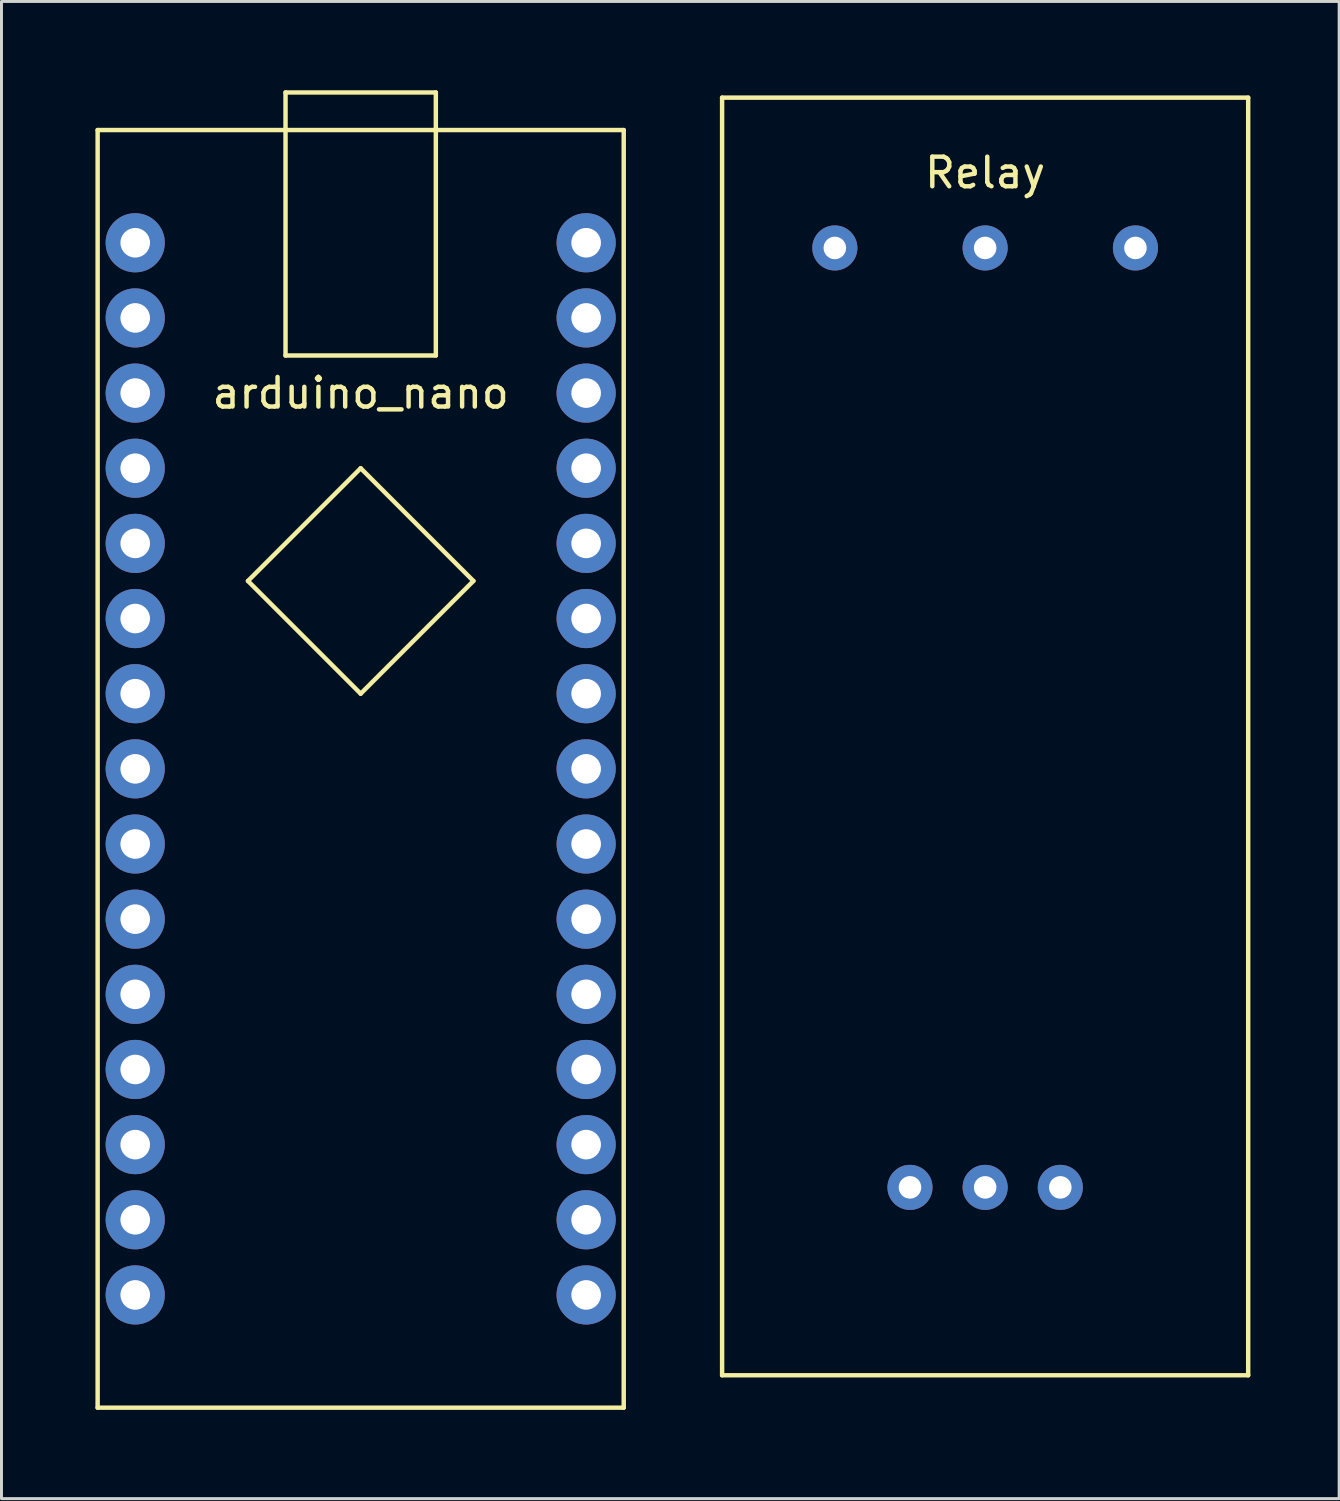
<source format=kicad_pcb>
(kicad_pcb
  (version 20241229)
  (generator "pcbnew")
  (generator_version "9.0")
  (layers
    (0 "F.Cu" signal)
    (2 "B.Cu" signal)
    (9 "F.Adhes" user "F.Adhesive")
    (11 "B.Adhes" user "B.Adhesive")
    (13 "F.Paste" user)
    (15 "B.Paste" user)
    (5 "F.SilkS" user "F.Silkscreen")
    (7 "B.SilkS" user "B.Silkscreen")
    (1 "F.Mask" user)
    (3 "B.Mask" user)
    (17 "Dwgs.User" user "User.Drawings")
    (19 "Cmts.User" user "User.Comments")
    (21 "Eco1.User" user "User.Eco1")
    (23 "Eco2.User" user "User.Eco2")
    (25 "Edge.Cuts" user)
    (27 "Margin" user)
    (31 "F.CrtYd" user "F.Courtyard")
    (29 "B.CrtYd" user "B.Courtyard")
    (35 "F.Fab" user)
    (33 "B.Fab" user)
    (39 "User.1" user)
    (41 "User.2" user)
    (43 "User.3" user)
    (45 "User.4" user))
  (footprint "Relay"
    (layer "F.Cu")
    (at 21.355 0.25)
    (property "Reference" "Relay" (at 8.89 2.54 0) (layer "F.SilkS") (effects (font (size 1 1) (thickness 0.15))))
    (attr through_hole)
    (fp_line (start 0 0) (end 0 43.18) (stroke (width 0.15) (type solid)) (layer "F.SilkS"))
    (fp_line (start 0 43.18) (end 17.78 43.18) (stroke (width 0.15) (type solid)) (layer "F.SilkS"))
    (fp_line (start 17.78 0) (end 0 0) (stroke (width 0.15) (type solid)) (layer "F.SilkS"))
    (fp_line (start 17.78 43.18) (end 17.78 0) (stroke (width 0.15) (type solid)) (layer "F.SilkS"))
    (pad "1" thru_hole circle (at 8.89 5.08) (size 1.524 1.524) (drill 0.762) (layers "*.Cu" "*.Mask"))
    (pad "2" thru_hole circle (at 3.81 5.08) (size 1.524 1.524) (drill 0.762) (layers "*.Cu" "*.Mask"))
    (pad "3" thru_hole circle (at 13.97 5.08) (size 1.524 1.524) (drill 0.762) (layers "*.Cu" "*.Mask"))
    (pad "4" thru_hole circle (at 6.35 36.83) (size 1.524 1.524) (drill 0.762) (layers "*.Cu" "*.Mask"))
    (pad "5" thru_hole circle (at 8.89 36.83) (size 1.524 1.524) (drill 0.762) (layers "*.Cu" "*.Mask"))
    (pad "6" thru_hole circle (at 11.43 36.83) (size 1.524 1.524) (drill 0.762) (layers "*.Cu" "*.Mask")))
  (footprint "arduino_nano"
    (layer "F.Cu")
    (at 0.25 1.345)
    (property "Reference" "arduino_nano" (at 8.89 8.89 0) (layer "F.SilkS") (effects (font (size 1 1) (thickness 0.15))))
    (attr through_hole)
    (fp_line (start 0 0) (end 0 43.18) (stroke (width 0.15) (type solid)) (layer "F.SilkS"))
    (fp_line (start 0 43.18) (end 17.78 43.18) (stroke (width 0.15) (type solid)) (layer "F.SilkS"))
    (fp_line (start 5.08 15.24) (end 8.89 19.05) (stroke (width 0.15) (type solid)) (layer "F.SilkS"))
    (fp_line (start 6.35 -1.27) (end 6.35 7.62) (stroke (width 0.15) (type solid)) (layer "F.SilkS"))
    (fp_line (start 6.35 7.62) (end 11.43 7.62) (stroke (width 0.15) (type solid)) (layer "F.SilkS"))
    (fp_line (start 8.89 11.43) (end 5.08 15.24) (stroke (width 0.15) (type solid)) (layer "F.SilkS"))
    (fp_line (start 8.89 19.05) (end 12.7 15.24) (stroke (width 0.15) (type solid)) (layer "F.SilkS"))
    (fp_line (start 11.43 -1.27) (end 6.35 -1.27) (stroke (width 0.15) (type solid)) (layer "F.SilkS"))
    (fp_line (start 11.43 7.62) (end 11.43 -1.27) (stroke (width 0.15) (type solid)) (layer "F.SilkS"))
    (fp_line (start 12.7 15.24) (end 8.89 11.43) (stroke (width 0.15) (type solid)) (layer "F.SilkS"))
    (fp_line (start 17.78 0) (end 0 0) (stroke (width 0.15) (type solid)) (layer "F.SilkS"))
    (fp_line (start 17.78 43.18) (end 17.78 0) (stroke (width 0.15) (type solid)) (layer "F.SilkS"))
    (pad "1" thru_hole circle (at 16.51 39.37) (size 2 2) (drill 1) (layers "*.Cu" "*.Mask"))
    (pad "2" thru_hole circle (at 16.51 36.83) (size 2 2) (drill 1) (layers "*.Cu" "*.Mask"))
    (pad "3" thru_hole circle (at 16.51 34.29) (size 2 2) (drill 1) (layers "*.Cu" "*.Mask"))
    (pad "4" thru_hole circle (at 16.51 31.75) (size 2 2) (drill 1) (layers "*.Cu" "*.Mask"))
    (pad "5" thru_hole circle (at 16.51 29.21) (size 2 2) (drill 1) (layers "*.Cu" "*.Mask"))
    (pad "6" thru_hole circle (at 16.51 26.67) (size 2 2) (drill 1) (layers "*.Cu" "*.Mask"))
    (pad "7" thru_hole circle (at 16.51 24.13) (size 2 2) (drill 1) (layers "*.Cu" "*.Mask"))
    (pad "8" thru_hole circle (at 16.51 21.59) (size 2 2) (drill 1) (layers "*.Cu" "*.Mask"))
    (pad "9" thru_hole circle (at 16.51 19.05) (size 2 2) (drill 1) (layers "*.Cu" "*.Mask"))
    (pad "10" thru_hole circle (at 16.51 16.51) (size 2 2) (drill 1) (layers "*.Cu" "*.Mask"))
    (pad "11" thru_hole circle (at 16.51 13.97) (size 2 2) (drill 1) (layers "*.Cu" "*.Mask"))
    (pad "12" thru_hole circle (at 16.51 11.43) (size 2 2) (drill 1) (layers "*.Cu" "*.Mask"))
    (pad "13" thru_hole circle (at 16.51 8.89) (size 2 2) (drill 1) (layers "*.Cu" "*.Mask"))
    (pad "14" thru_hole circle (at 16.51 6.35) (size 2 2) (drill 1) (layers "*.Cu" "*.Mask"))
    (pad "15" thru_hole circle (at 16.51 3.81) (size 2 2) (drill 1) (layers "*.Cu" "*.Mask"))
    (pad "16" thru_hole circle (at 1.27 3.81) (size 2 2) (drill 1) (layers "*.Cu" "*.Mask"))
    (pad "17" thru_hole circle (at 1.27 6.35) (size 2 2) (drill 1) (layers "*.Cu" "*.Mask"))
    (pad "18" thru_hole circle (at 1.27 8.89) (size 2 2) (drill 1) (layers "*.Cu" "*.Mask"))
    (pad "19" thru_hole circle (at 1.27 11.43) (size 2 2) (drill 1) (layers "*.Cu" "*.Mask"))
    (pad "20" thru_hole circle (at 1.27 13.97) (size 2 2) (drill 1) (layers "*.Cu" "*.Mask"))
    (pad "21" thru_hole circle (at 1.27 16.51) (size 2 2) (drill 1) (layers "*.Cu" "*.Mask"))
    (pad "22" thru_hole circle (at 1.27 19.05) (size 2 2) (drill 1) (layers "*.Cu" "*.Mask"))
    (pad "23" thru_hole circle (at 1.27 21.59) (size 2 2) (drill 1) (layers "*.Cu" "*.Mask"))
    (pad "24" thru_hole circle (at 1.27 24.13) (size 2 2) (drill 1) (layers "*.Cu" "*.Mask"))
    (pad "25" thru_hole circle (at 1.27 26.67) (size 2 2) (drill 1) (layers "*.Cu" "*.Mask"))
    (pad "26" thru_hole circle (at 1.27 29.21) (size 2 2) (drill 1) (layers "*.Cu" "*.Mask"))
    (pad "27" thru_hole circle (at 1.27 31.75) (size 2 2) (drill 1) (layers "*.Cu" "*.Mask"))
    (pad "28" thru_hole circle (at 1.27 34.29) (size 2 2) (drill 1) (layers "*.Cu" "*.Mask"))
    (pad "29" thru_hole circle (at 1.27 36.83) (size 2 2) (drill 1) (layers "*.Cu" "*.Mask"))
    (pad "30" thru_hole circle (at 1.27 39.37) (size 2 2) (drill 1) (layers "*.Cu" "*.Mask")))
  (gr_rect
    (start -3 -3)
    (end 42.21 47.6)
    (stroke (width 0.1) (type default))
    (fill no)
    (layer "Edge.Cuts")))
</source>
